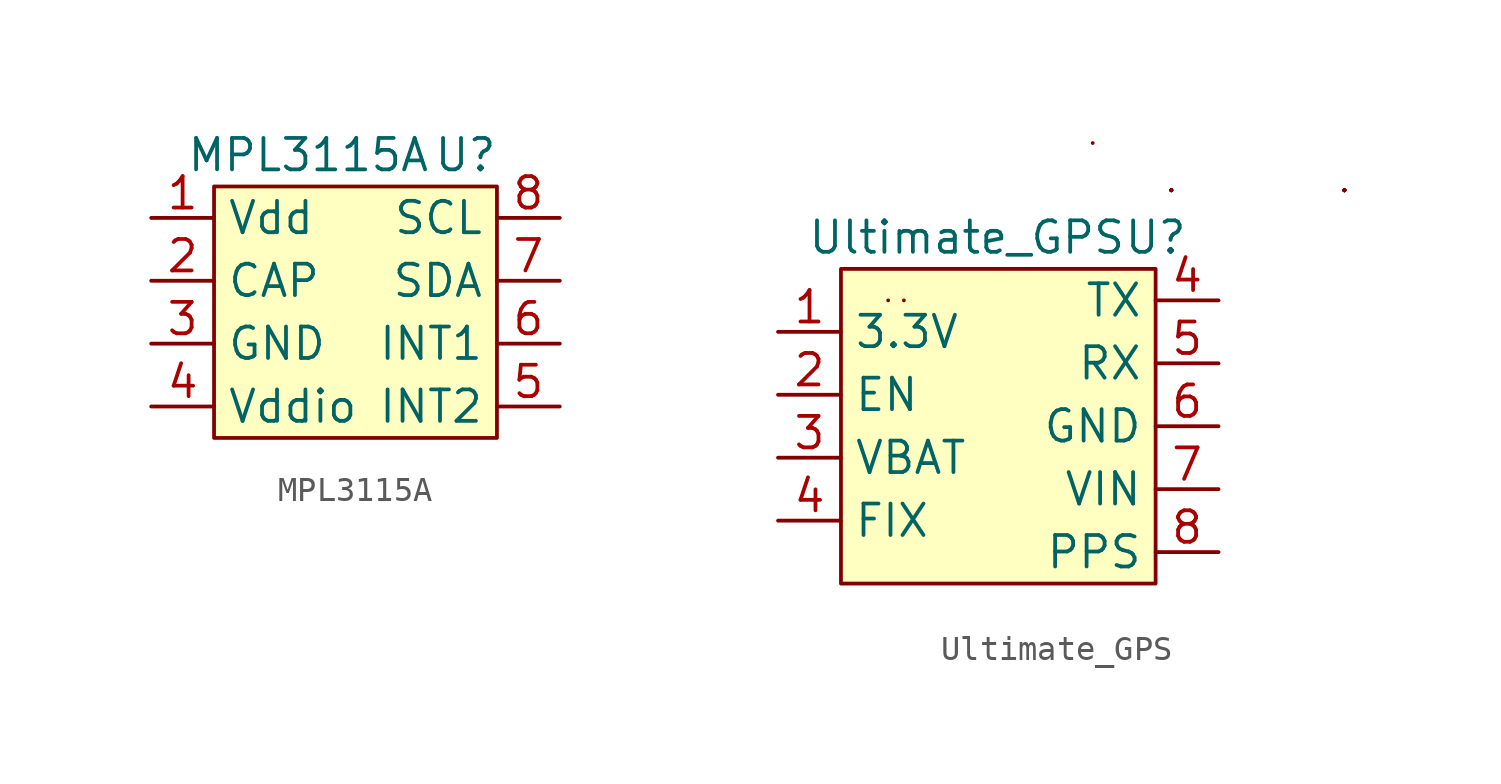
<source format=kicad_sym>
(kicad_symbol_lib
  (version 20211014)
  (generator kicad_symbol_editor)
  (symbol "MPL3115A"
    (property "Reference" "U"
      (at 0 6.35 0)
      (effects (font (size 1.27 1.27))))
    (property "Value" "MPL3115A"
      (at -6.35 6.35 0)
      (effects (font (size 1.27 1.27))))
    (symbol "MPL3115A_0_1"
      (rectangle (start -10.16 5.08) (end 1.27 -5.08) (stroke (width 0) (type default) (color 0 0 0 0)) (fill (type background))))
    (symbol "MPL3115A_1_1"
      (pin input line (at -12.7 3.81 0) (length 2.54) (name "Vdd" (effects (font (size 1.27 1.27)))) (number "1" (effects (font (size 1.27 1.27)))))
      (pin passive line (at -12.7 1.27 0) (length 2.54) (name "CAP" (effects (font (size 1.27 1.27)))) (number "2" (effects (font (size 1.27 1.27)))))
      (pin power_in line (at -12.7 -1.27 0) (length 2.54) (name "GND" (effects (font (size 1.27 1.27)))) (number "3" (effects (font (size 1.27 1.27)))))
      (pin input line (at -12.7 -3.81 0) (length 2.54) (name "Vddio" (effects (font (size 1.27 1.27)))) (number "4" (effects (font (size 1.27 1.27)))))
      (pin output line (at 3.81 -3.81 180) (length 2.54) (name "INT2" (effects (font (size 1.27 1.27)))) (number "5" (effects (font (size 1.27 1.27)))))
      (pin output line (at 3.81 -1.27 180) (length 2.54) (name "INT1" (effects (font (size 1.27 1.27)))) (number "6" (effects (font (size 1.27 1.27)))))
      (pin bidirectional line (at 3.81 1.27 180) (length 2.54) (name "SDA" (effects (font (size 1.27 1.27)))) (number "7" (effects (font (size 1.27 1.27)))))
      (pin input line (at 3.81 3.81 180) (length 2.54) (name "SCL" (effects (font (size 1.27 1.27)))) (number "8" (effects (font (size 1.27 1.27)))))))
  (symbol "Ultimate_GPS"
    (property "Reference" "U"
      (at 6.35 8.89 0)
      (effects (font (size 1.27 1.27))))
    (property "Value" "Ultimate_GPS"
      (at -1.27 8.89 0)
      (effects (font (size 1.27 1.27))))
    (symbol "Ultimate_GPS_0_1"
      (rectangle (start -6.35 7.62) (end 6.35 -5.08) (stroke (width 0) (type default) (color 0 0 0 0)) (fill (type background)))
      (rectangle (start -4.445 6.35) (end -4.445 6.35) (stroke (width 0) (type default) (color 0 0 0 0)) (fill (type none)))
      (rectangle (start -3.81 6.35) (end -3.81 6.35) (stroke (width 0) (type default) (color 0 0 0 0)) (fill (type none)))
      (rectangle (start 3.81 12.7) (end 3.81 12.7) (stroke (width 0) (type default) (color 0 0 0 0)) (fill (type none)))
      (rectangle (start 6.985 10.795) (end 6.985 10.795) (stroke (width 0) (type default) (color 0 0 0 0)) (fill (type none)))
      (rectangle (start 6.985 10.795) (end 6.985 10.795) (stroke (width 0) (type default) (color 0 0 0 0)) (fill (type none)))
      (rectangle (start 6.985 10.795) (end 6.985 10.795) (stroke (width 0) (type default) (color 0 0 0 0)) (fill (type none)))
      (rectangle (start 6.985 10.795) (end 6.985 10.795) (stroke (width 0) (type default) (color 0 0 0 0)) (fill (type none)))
      (rectangle (start 6.985 10.795) (end 6.985 10.795) (stroke (width 0) (type default) (color 0 0 0 0)) (fill (type none)))
      (rectangle (start 6.985 10.795) (end 6.985 10.795) (stroke (width 0) (type default) (color 0 0 0 0)) (fill (type none)))
      (rectangle (start 6.985 10.795) (end 6.985 10.795) (stroke (width 0) (type default) (color 0 0 0 0)) (fill (type none)))
      (rectangle (start 6.985 10.795) (end 6.985 10.795) (stroke (width 0) (type default) (color 0 0 0 0)) (fill (type none)))
      (rectangle (start 13.97 10.795) (end 13.97 10.795) (stroke (width 0) (type default) (color 0 0 0 0)) (fill (type none)))
      (rectangle (start 13.97 10.795) (end 13.97 10.795) (stroke (width 0) (type default) (color 0 0 0 0)) (fill (type none)))
      (rectangle (start 13.97 10.795) (end 13.97 10.795) (stroke (width 0) (type default) (color 0 0 0 0)) (fill (type none)))
      (rectangle (start 13.97 10.795) (end 13.97 10.795) (stroke (width 0) (type default) (color 0 0 0 0)) (fill (type none)))
      (rectangle (start 13.97 10.795) (end 13.97 10.795) (stroke (width 0) (type default) (color 0 0 0 0)) (fill (type none)))
      (rectangle (start 13.97 10.795) (end 13.97 10.795) (stroke (width 0) (type default) (color 0 0 0 0)) (fill (type none)))
      (rectangle (start 13.97 10.795) (end 13.97 10.795) (stroke (width 0) (type default) (color 0 0 0 0)) (fill (type none)))
      (rectangle (start 13.97 10.795) (end 13.97 10.795) (stroke (width 0) (type default) (color 0 0 0 0)) (fill (type none)))
      (rectangle (start 13.97 10.795) (end 13.97 10.795) (stroke (width 0) (type default) (color 0 0 0 0)) (fill (type none)))
      (rectangle (start 13.97 10.795) (end 13.97 10.795) (stroke (width 0) (type default) (color 0 0 0 0)) (fill (type none)))
      (rectangle (start 13.97 10.795) (end 13.97 10.795) (stroke (width 0) (type default) (color 0 0 0 0)) (fill (type none)))
      (rectangle (start 13.97 10.795) (end 13.97 10.795) (stroke (width 0) (type default) (color 0 0 0 0)) (fill (type none))))
    (symbol "Ultimate_GPS_1_1"
      (pin output line (at -8.89 5.08 0) (length 2.54) (name "3.3V" (effects (font (size 1.27 1.27)))) (number "1" (effects (font (size 1.27 1.27)))))
      (pin input line (at -8.89 2.54 0) (length 2.54) (name "EN" (effects (font (size 1.27 1.27)))) (number "2" (effects (font (size 1.27 1.27)))))
      (pin input line (at -8.89 0 0) (length 2.54) (name "VBAT" (effects (font (size 1.27 1.27)))) (number "3" (effects (font (size 1.27 1.27)))))
      (pin output line (at -8.89 -2.54 0) (length 2.54) (name "FIX" (effects (font (size 1.27 1.27)))) (number "4" (effects (font (size 1.27 1.27)))))
      (pin output line (at 8.89 6.35 180) (length 2.54) (name "TX" (effects (font (size 1.27 1.27)))) (number "4" (effects (font (size 1.27 1.27)))))
      (pin input line (at 8.89 3.81 180) (length 2.54) (name "RX" (effects (font (size 1.27 1.27)))) (number "5" (effects (font (size 1.27 1.27)))))
      (pin power_in line (at 8.89 1.27 180) (length 2.54) (name "GND" (effects (font (size 1.27 1.27)))) (number "6" (effects (font (size 1.27 1.27)))))
      (pin input line (at 8.89 -1.27 180) (length 2.54) (name "VIN" (effects (font (size 1.27 1.27)))) (number "7" (effects (font (size 1.27 1.27)))))
      (pin output line (at 8.89 -3.81 180) (length 2.54) (name "PPS" (effects (font (size 1.27 1.27)))) (number "8" (effects (font (size 1.27 1.27))))))))
</source>
